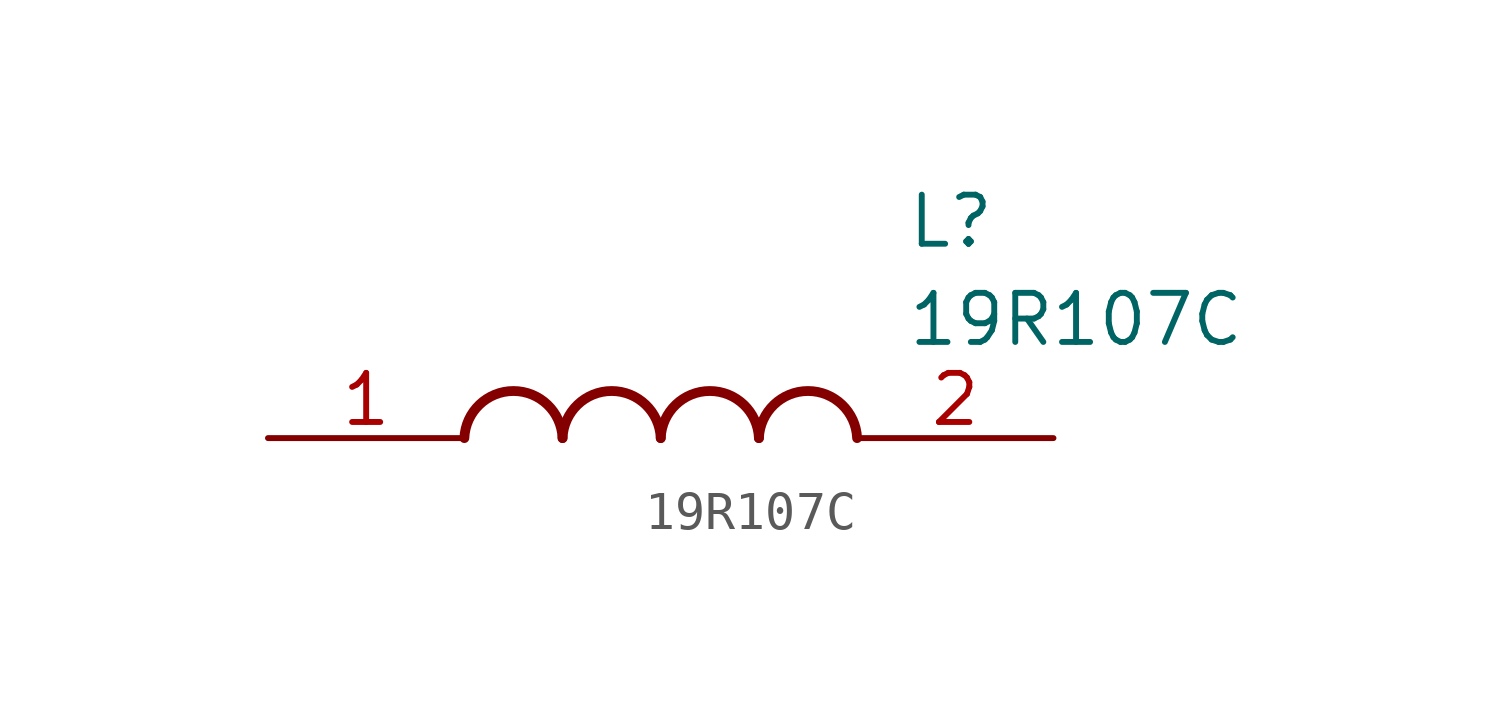
<source format=kicad_sym>
(kicad_symbol_lib
  (version 20211014)
  (generator SamacSys_ECAD_Model)
  (symbol "19R107C"
    (pin_names hide)
    (property "Reference" "L"
      (at 16.51 6.35 0)
      (effects (font (size 1.27 1.27)) (justify left top)))
    (property "Value" "19R107C"
      (at 16.51 3.81 0)
      (effects (font (size 1.27 1.27)) (justify left top)))
    (arc
      (start 7.62 0)
      (mid 6.35 1.219)
      (end 5.08 0)
      (stroke (width 0.254) (type default))
      (fill (type none)))
    (arc
      (start 10.16 0)
      (mid 8.89 1.219)
      (end 7.62 0)
      (stroke (width 0.254) (type default))
      (fill (type none)))
    (arc
      (start 12.7 0)
      (mid 11.43 1.219)
      (end 10.16 0)
      (stroke (width 0.254) (type default))
      (fill (type none)))
    (arc
      (start 15.24 0)
      (mid 13.97 1.219)
      (end 12.7 0)
      (stroke (width 0.254) (type default))
      (fill (type none)))
    (pin passive line
      (at 0 0 0)
      (length 5.08)
      (name "+" (effects (font (size 1.27 1.27))))
      (number "1" (effects (font (size 1.27 1.27)))))
    (pin passive line
      (at 20.32 0 180)
      (length 5.08)
      (name "-" (effects (font (size 1.27 1.27))))
      (number "2" (effects (font (size 1.27 1.27)))))))
</source>
